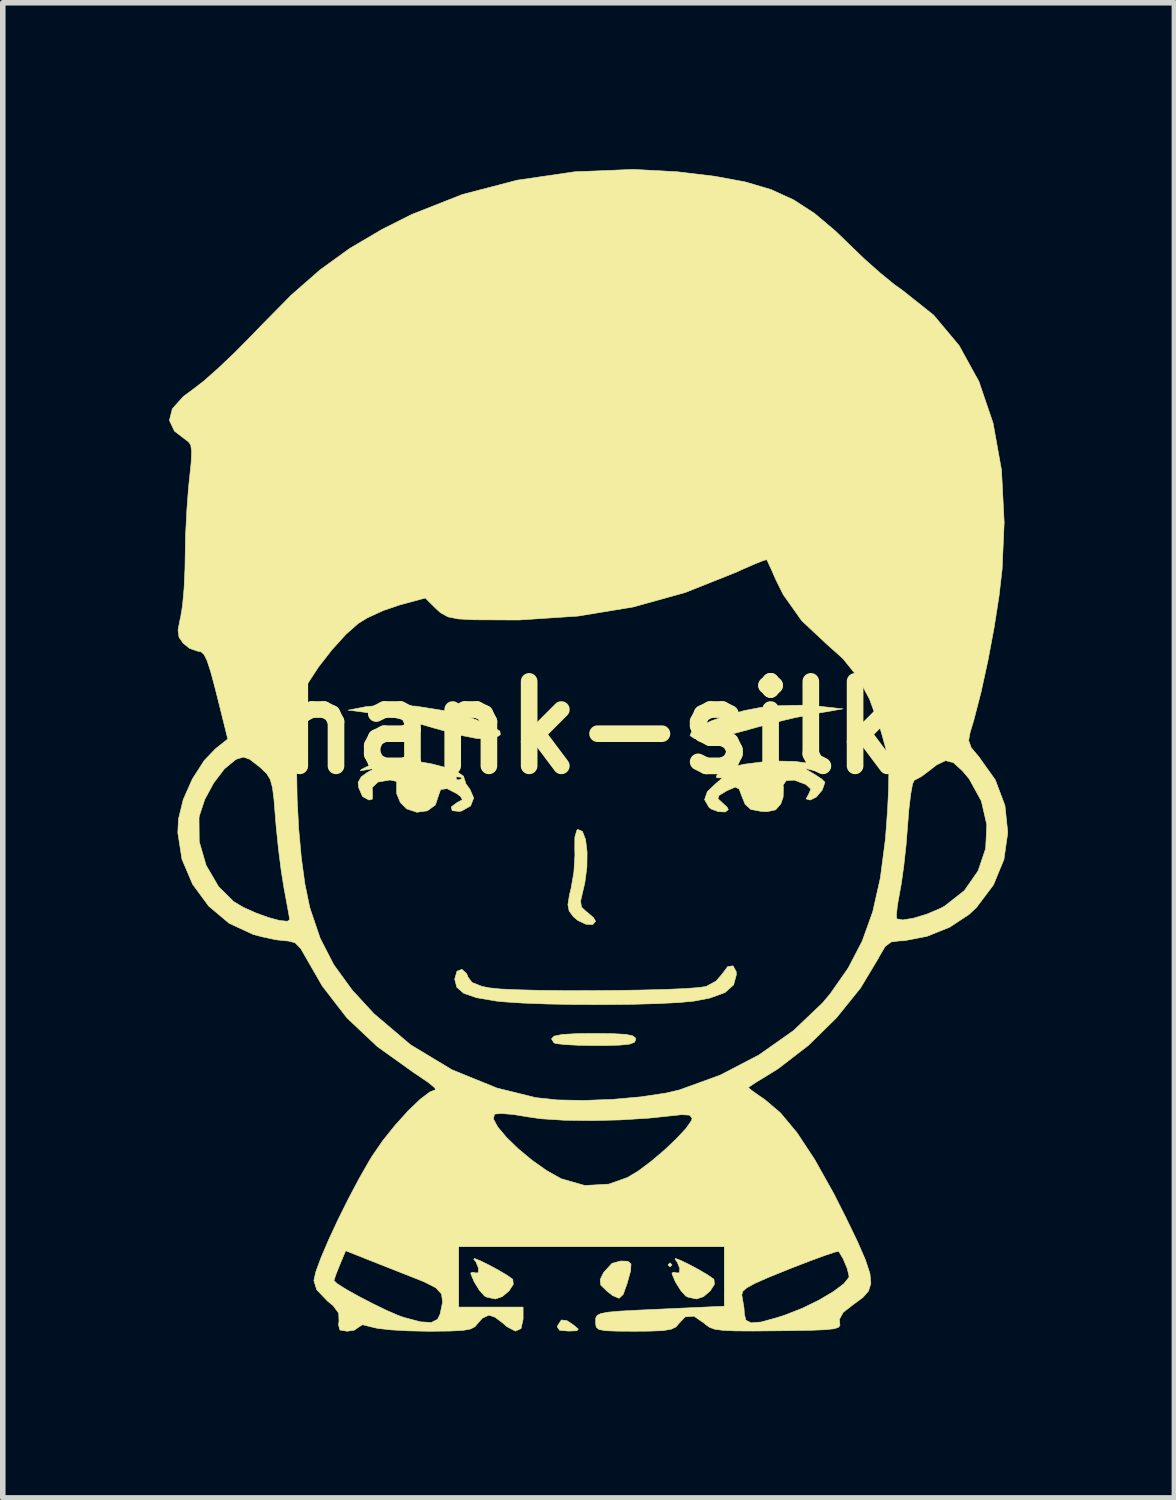
<source format=kicad_pcb>
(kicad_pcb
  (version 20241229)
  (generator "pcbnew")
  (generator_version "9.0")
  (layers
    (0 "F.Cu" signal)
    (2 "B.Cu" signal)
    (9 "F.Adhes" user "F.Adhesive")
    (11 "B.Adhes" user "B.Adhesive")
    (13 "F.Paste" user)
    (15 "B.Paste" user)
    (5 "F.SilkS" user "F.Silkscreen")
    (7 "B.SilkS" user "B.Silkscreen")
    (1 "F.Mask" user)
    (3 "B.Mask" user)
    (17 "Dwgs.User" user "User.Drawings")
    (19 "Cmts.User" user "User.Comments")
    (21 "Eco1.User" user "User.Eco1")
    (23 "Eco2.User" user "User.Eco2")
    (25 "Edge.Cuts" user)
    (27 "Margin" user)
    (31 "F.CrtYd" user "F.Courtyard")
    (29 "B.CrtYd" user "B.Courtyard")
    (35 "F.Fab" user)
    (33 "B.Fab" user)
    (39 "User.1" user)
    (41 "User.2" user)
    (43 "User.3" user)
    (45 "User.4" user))
  (footprint "hank-silk"
    (layer "F.Cu")
    (at 7.618 10.073)
    (property "Reference" "hank-silk" (at 0 0 0) (layer "F.SilkS") (effects (font (size 1.524 1.524) (thickness 0.3))))
    (attr through_hole)
    (fp_poly (pts (xy 1.451 9.688) (xy 1.415 9.725) (xy 1.379 9.688) (xy 1.415 9.652) (xy 1.451 9.688)) (stroke (width 0.01) (type solid)) (fill yes) (layer "F.SilkS"))
    (fp_poly (pts (xy -0.442 10.695) (xy -0.322 10.775) (xy -0.238 10.847) (xy -0.264 10.877) (xy -0.415 10.883) (xy -0.574 10.869) (xy -0.616 10.812) (xy -0.607 10.777) (xy -0.543 10.682) (xy -0.442 10.695)) (stroke (width 0.01) (type solid)) (fill yes) (layer "F.SilkS"))
    (fp_poly (pts (xy 0.656 9.624) (xy 0.712 9.672) (xy 0.705 9.796) (xy 0.642 10.025) (xy 0.571 10.222) (xy 0.497 10.291) (xy 0.384 10.245) (xy 0.28 10.164) (xy 0.167 10.054) (xy 0.156 9.955) (xy 0.218 9.826) (xy 0.37 9.661) (xy 0.526 9.619) (xy 0.656 9.624)) (stroke (width 0.01) (type solid)) (fill yes) (layer "F.SilkS"))
    (fp_poly (pts (xy -3.165 -0.387) (xy -2.655 -0.306) (xy -2.173 -0.179) (xy -1.786 -0.021) (xy -1.653 0.063) (xy -1.644 0.124) (xy -1.677 0.151) (xy -1.832 0.201) (xy -2.065 0.196) (xy -2.393 0.132) (xy -2.834 0.009) (xy -2.867 -0.001) (xy -3.218 -0.101) (xy -3.577 -0.188) (xy -3.882 -0.249) (xy -3.955 -0.259) (xy -4.391 -0.316) (xy -4.064 -0.379) (xy -3.652 -0.414) (xy -3.165 -0.387)) (stroke (width 0.01) (type solid)) (fill yes) (layer "F.SilkS"))
    (fp_poly (pts (xy 0.384 5.519) (xy 0.611 5.531) (xy 0.739 5.556) (xy 0.792 5.596) (xy 0.798 5.624) (xy 0.774 5.675) (xy 0.685 5.708) (xy 0.508 5.726) (xy 0.219 5.733) (xy 0.085 5.733) (xy -0.224 5.729) (xy -0.476 5.716) (xy -0.638 5.698) (xy -0.677 5.685) (xy -0.722 5.613) (xy -0.676 5.564) (xy -0.527 5.533) (xy -0.258 5.518) (xy 0.036 5.515) (xy 0.384 5.519)) (stroke (width 0.01) (type solid)) (fill yes) (layer "F.SilkS"))
    (fp_poly (pts (xy 4.064 -0.39) (xy 4.536 -0.339) (xy 3.991 -0.245) (xy 3.647 -0.175) (xy 3.245 -0.079) (xy 2.869 0.024) (xy 2.836 0.034) (xy 2.39 0.154) (xy 2.068 0.209) (xy 1.863 0.2) (xy 1.777 0.144) (xy 1.806 0.069) (xy 1.947 -0.025) (xy 2.173 -0.127) (xy 2.454 -0.225) (xy 2.761 -0.309) (xy 3.05 -0.364) (xy 3.405 -0.397) (xy 3.784 -0.405) (xy 4.064 -0.39)) (stroke (width 0.01) (type solid)) (fill yes) (layer "F.SilkS"))
    (fp_poly (pts (xy -2.012 9.612) (xy -1.857 9.688) (xy -1.684 9.781) (xy -1.528 9.873) (xy -1.424 9.946) (xy -1.42 9.95) (xy -1.411 10.039) (xy -1.487 10.158) (xy -1.609 10.261) (xy -1.735 10.304) (xy -1.888 10.271) (xy -1.93 10.25) (xy -2.022 10.148) (xy -2.117 9.993) (xy -2.174 9.857) (xy -2.177 9.834) (xy -2.131 9.82) (xy -2.105 9.833) (xy -2.043 9.832) (xy -2.038 9.749) (xy -2.085 9.635) (xy -2.123 9.587) (xy -2.112 9.573) (xy -2.012 9.612)) (stroke (width 0.01) (type solid)) (fill yes) (layer "F.SilkS"))
    (fp_poly (pts (xy 1.617 9.612) (xy 1.772 9.688) (xy 1.945 9.781) (xy 2.101 9.873) (xy 2.204 9.946) (xy 2.208 9.95) (xy 2.217 10.039) (xy 2.141 10.158) (xy 2.02 10.261) (xy 1.894 10.304) (xy 1.74 10.271) (xy 1.698 10.25) (xy 1.607 10.148) (xy 1.511 9.993) (xy 1.454 9.857) (xy 1.451 9.834) (xy 1.498 9.82) (xy 1.524 9.833) (xy 1.585 9.832) (xy 1.591 9.749) (xy 1.544 9.635) (xy 1.506 9.587) (xy 1.516 9.573) (xy 1.617 9.612)) (stroke (width 0.01) (type solid)) (fill yes) (layer "F.SilkS"))
    (fp_poly (pts (xy -0.164 1.871) (xy -0.108 2.016) (xy -0.08 2.24) (xy -0.083 2.511) (xy -0.12 2.795) (xy -0.153 2.937) (xy -0.197 3.128) (xy -0.181 3.236) (xy -0.097 3.316) (xy -0.08 3.327) (xy 0.036 3.427) (xy 0.073 3.492) (xy 0.02 3.553) (xy -0.103 3.545) (xy -0.248 3.477) (xy -0.328 3.409) (xy -0.404 3.306) (xy -0.426 3.192) (xy -0.398 3.017) (xy -0.369 2.901) (xy -0.318 2.606) (xy -0.299 2.297) (xy -0.302 2.202) (xy -0.301 1.975) (xy -0.264 1.849) (xy -0.245 1.836) (xy -0.164 1.871)) (stroke (width 0.01) (type solid)) (fill yes) (layer "F.SilkS"))
    (fp_poly (pts (xy 2.609 4.399) (xy 2.613 4.452) (xy 2.563 4.638) (xy 2.407 4.778) (xy 2.131 4.878) (xy 1.847 4.932) (xy 1.572 4.958) (xy 1.186 4.977) (xy 0.722 4.99) (xy 0.214 4.995) (xy -0.305 4.993) (xy -0.802 4.984) (xy -1.242 4.967) (xy -1.593 4.944) (xy -1.719 4.931) (xy -2.075 4.87) (xy -2.305 4.791) (xy -2.429 4.683) (xy -2.467 4.537) (xy -2.467 4.533) (xy -2.426 4.392) (xy -2.337 4.358) (xy -2.25 4.44) (xy -2.23 4.494) (xy -2.156 4.595) (xy -1.977 4.666) (xy -1.841 4.693) (xy -1.649 4.713) (xy -1.347 4.727) (xy -0.96 4.737) (xy -0.516 4.742) (xy -0.039 4.743) (xy 0.446 4.739) (xy 0.911 4.732) (xy 1.333 4.721) (xy 1.684 4.706) (xy 1.939 4.687) (xy 2.068 4.667) (xy 2.247 4.57) (xy 2.358 4.441) (xy 2.456 4.309) (xy 2.552 4.296) (xy 2.609 4.399)) (stroke (width 0.01) (type solid)) (fill yes) (layer "F.SilkS"))
    (fp_poly (pts (xy -3.154 0.605) (xy -2.88 0.654) (xy -2.623 0.721) (xy -2.421 0.798) (xy -2.31 0.874) (xy -2.299 0.907) (xy -2.265 1.012) (xy -2.193 1.111) (xy -2.125 1.268) (xy -2.181 1.412) (xy -2.343 1.503) (xy -2.384 1.511) (xy -2.514 1.497) (xy -2.528 1.428) (xy -2.421 1.348) (xy -2.413 1.345) (xy -2.329 1.3) (xy -2.361 1.243) (xy -2.427 1.192) (xy -2.604 1.1) (xy -2.721 1.116) (xy -2.758 1.219) (xy -2.816 1.395) (xy -2.961 1.5) (xy -3.149 1.526) (xy -3.334 1.465) (xy -3.447 1.353) (xy -3.515 1.187) (xy -3.514 1.063) (xy -3.513 0.971) (xy -3.628 0.945) (xy -3.639 0.945) (xy -3.851 0.981) (xy -3.955 1.078) (xy -3.95 1.185) (xy -3.951 1.288) (xy -4.012 1.306) (xy -4.13 1.242) (xy -4.2 1.08) (xy -4.209 0.985) (xy -4.157 0.895) (xy -2.443 0.895) (xy -2.433 0.938) (xy -2.395 0.943) (xy -2.335 0.917) (xy -2.346 0.895) (xy -2.433 0.886) (xy -2.443 0.895) (xy -4.157 0.895) (xy -4.151 0.885) (xy -4.046 0.809) (xy -3.934 0.749) (xy -3.956 0.741) (xy -4.064 0.761) (xy -4.169 0.778) (xy -4.153 0.755) (xy -4.028 0.692) (xy -3.828 0.631) (xy -3.56 0.593) (xy -3.411 0.587) (xy -3.154 0.605)) (stroke (width 0.01) (type solid)) (fill yes) (layer "F.SilkS"))
    (fp_poly (pts (xy 3.668 0.609) (xy 3.91 0.642) (xy 4.066 0.705) (xy 4.082 0.719) (xy 4.125 0.782) (xy 4.056 0.783) (xy 3.991 0.768) (xy 3.876 0.74) (xy 3.879 0.757) (xy 4.005 0.832) (xy 4.01 0.834) (xy 4.148 0.924) (xy 4.209 0.985) (xy 4.209 0.987) (xy 4.161 1.125) (xy 4.053 1.253) (xy 3.944 1.306) (xy 3.869 1.285) (xy 3.915 1.202) (xy 3.956 1.108) (xy 3.872 1.03) (xy 3.856 1.021) (xy 3.657 0.947) (xy 3.513 0.954) (xy 3.455 1.036) (xy 3.46 1.081) (xy 3.456 1.252) (xy 3.413 1.376) (xy 3.32 1.482) (xy 3.17 1.515) (xy 3.061 1.51) (xy 2.872 1.475) (xy 2.771 1.383) (xy 2.72 1.259) (xy 2.662 1.107) (xy 2.593 1.072) (xy 2.457 1.13) (xy 2.435 1.141) (xy 2.299 1.223) (xy 2.28 1.281) (xy 2.345 1.342) (xy 2.445 1.434) (xy 2.467 1.478) (xy 2.411 1.521) (xy 2.287 1.515) (xy 2.158 1.467) (xy 2.119 1.437) (xy 2.039 1.298) (xy 2.088 1.155) (xy 2.232 1.017) (xy 2.338 0.927) (xy 2.354 0.9) (xy 2.34 0.906) (xy 2.26 0.906) (xy 2.25 0.877) (xy 2.317 0.791) (xy 2.495 0.718) (xy 2.753 0.66) (xy 3.056 0.621) (xy 3.372 0.603) (xy 3.668 0.609)) (stroke (width 0.01) (type solid)) (fill yes) (layer "F.SilkS"))
    (fp_poly (pts (xy 1.547 -10.025) (xy 2.216 -9.945) (xy 2.77 -9.843) (xy 3.236 -9.705) (xy 3.643 -9.52) (xy 4.02 -9.276) (xy 4.394 -8.961) (xy 4.629 -8.734) (xy 4.91 -8.463) (xy 5.2 -8.205) (xy 5.459 -7.993) (xy 5.609 -7.886) (xy 6.17 -7.44) (xy 6.629 -6.892) (xy 6.987 -6.242) (xy 7.242 -5.492) (xy 7.394 -4.644) (xy 7.442 -3.699) (xy 7.405 -2.857) (xy 7.349 -2.37) (xy 7.261 -1.806) (xy 7.15 -1.213) (xy 7.025 -0.64) (xy 6.895 -0.137) (xy 6.827 0.09) (xy 6.801 0.234) (xy 6.849 0.363) (xy 6.985 0.525) (xy 7.282 0.941) (xy 7.456 1.404) (xy 7.507 1.891) (xy 7.438 2.377) (xy 7.249 2.836) (xy 6.942 3.244) (xy 6.81 3.368) (xy 6.461 3.598) (xy 6.049 3.764) (xy 5.639 3.843) (xy 5.553 3.846) (xy 5.402 3.866) (xy 5.295 3.948) (xy 5.189 4.128) (xy 5.176 4.155) (xy 4.851 4.696) (xy 4.418 5.233) (xy 3.912 5.73) (xy 3.368 6.149) (xy 3.157 6.281) (xy 2.973 6.392) (xy 2.855 6.471) (xy 2.83 6.492) (xy 2.885 6.54) (xy 3.024 6.639) (xy 3.122 6.705) (xy 3.407 6.947) (xy 3.708 7.308) (xy 4.028 7.794) (xy 4.373 8.411) (xy 4.588 8.837) (xy 4.798 9.272) (xy 4.941 9.601) (xy 5.021 9.844) (xy 5.038 10.024) (xy 4.996 10.16) (xy 4.895 10.276) (xy 4.737 10.392) (xy 4.724 10.401) (xy 4.538 10.547) (xy 4.471 10.67) (xy 4.475 10.727) (xy 4.481 10.779) (xy 4.453 10.816) (xy 4.373 10.841) (xy 4.219 10.858) (xy 3.972 10.868) (xy 3.612 10.875) (xy 3.347 10.878) (xy 2.908 10.882) (xy 2.59 10.88) (xy 2.371 10.87) (xy 2.225 10.85) (xy 2.13 10.816) (xy 2.061 10.768) (xy 2.035 10.743) (xy 1.848 10.614) (xy 1.688 10.627) (xy 1.58 10.741) (xy 1.523 10.808) (xy 1.433 10.851) (xy 1.281 10.875) (xy 1.036 10.884) (xy 0.781 10.886) (xy 0.456 10.884) (xy 0.25 10.876) (xy 0.135 10.854) (xy 0.085 10.812) (xy 0.073 10.743) (xy 0.073 10.713) (xy 0.076 10.648) (xy 0.101 10.6) (xy 0.167 10.567) (xy 0.296 10.542) (xy 0.509 10.523) (xy 0.827 10.506) (xy 1.234 10.487) (xy 2.395 10.434) (xy 2.395 10.232) (xy 2.71 10.232) (xy 2.716 10.265) (xy 2.75 10.466) (xy 2.757 10.577) (xy 2.784 10.687) (xy 2.879 10.734) (xy 3.059 10.719) (xy 3.343 10.641) (xy 3.486 10.595) (xy 3.798 10.473) (xy 4.099 10.326) (xy 4.36 10.172) (xy 4.55 10.03) (xy 4.641 9.916) (xy 4.645 9.895) (xy 4.612 9.755) (xy 4.537 9.576) (xy 4.457 9.444) (xy 4.385 9.46) (xy 4.205 9.52) (xy 3.941 9.617) (xy 3.62 9.741) (xy 3.555 9.767) (xy 3.194 9.913) (xy 2.949 10.021) (xy 2.8 10.102) (xy 2.727 10.168) (xy 2.71 10.232) (xy 2.395 10.232) (xy 2.395 9.362) (xy -2.395 9.362) (xy -2.395 10.45) (xy -1.234 10.45) (xy -1.234 10.668) (xy -1.271 10.838) (xy -1.374 10.883) (xy -1.53 10.801) (xy -1.597 10.741) (xy -1.74 10.633) (xy -1.85 10.595) (xy -1.97 10.651) (xy -2.049 10.741) (xy -2.102 10.804) (xy -2.183 10.846) (xy -2.322 10.871) (xy -2.546 10.882) (xy -2.882 10.886) (xy -2.952 10.886) (xy -3.302 10.879) (xy -3.617 10.861) (xy -3.857 10.834) (xy -3.967 10.809) (xy -4.13 10.768) (xy -4.196 10.809) (xy -4.279 10.867) (xy -4.405 10.886) (xy -4.537 10.864) (xy -4.564 10.77) (xy -4.554 10.705) (xy -4.56 10.56) (xy -4.659 10.426) (xy -4.764 10.339) (xy -4.956 10.138) (xy -5.007 9.973) (xy -4.645 9.973) (xy -4.584 10.03) (xy -4.426 10.13) (xy -4.202 10.255) (xy -3.948 10.387) (xy -3.697 10.509) (xy -3.482 10.602) (xy -3.387 10.636) (xy -3.085 10.716) (xy -2.889 10.728) (xy -2.776 10.67) (xy -2.731 10.577) (xy -2.686 10.362) (xy -2.705 10.214) (xy -2.808 10.102) (xy -3.018 9.995) (xy -3.175 9.932) (xy -3.492 9.807) (xy -3.822 9.677) (xy -4.049 9.587) (xy -4.434 9.434) (xy -4.539 9.686) (xy -4.608 9.858) (xy -4.643 9.964) (xy -4.645 9.973) (xy -5.007 9.973) (xy -5.007 9.971) (xy -4.974 9.819) (xy -4.882 9.568) (xy -4.745 9.246) (xy -4.575 8.88) (xy -4.385 8.498) (xy -4.189 8.128) (xy -4 7.798) (xy -3.955 7.725) (xy -3.764 7.447) (xy -3.54 7.168) (xy -3.439 7.057) (xy -1.77 7.057) (xy -1.691 7.202) (xy -1.535 7.388) (xy -1.322 7.595) (xy -1.075 7.8) (xy -0.814 7.985) (xy -0.561 8.128) (xy -0.544 8.136) (xy -0.121 8.257) (xy 0.309 8.233) (xy 0.648 8.113) (xy 0.844 7.995) (xy 1.076 7.821) (xy 1.317 7.617) (xy 1.537 7.408) (xy 1.709 7.222) (xy 1.804 7.084) (xy 1.814 7.046) (xy 1.771 6.989) (xy 1.625 6.98) (xy 1.506 6.993) (xy 1.029 7.043) (xy 0.51 7.075) (xy -0.012 7.087) (xy -0.497 7.08) (xy -0.908 7.054) (xy -1.14 7.021) (xy -1.407 6.977) (xy -1.623 6.959) (xy -1.745 6.969) (xy -1.75 6.972) (xy -1.77 7.057) (xy -3.439 7.057) (xy -3.308 6.911) (xy -3.091 6.703) (xy -2.914 6.569) (xy -2.815 6.531) (xy -2.826 6.496) (xy -2.938 6.403) (xy -3.13 6.272) (xy -3.191 6.232) (xy -3.864 5.751) (xy -4.412 5.234) (xy -4.855 4.661) (xy -5.125 4.192) (xy -5.244 3.984) (xy -5.348 3.879) (xy -5.474 3.847) (xy -5.503 3.846) (xy -5.689 3.826) (xy -5.942 3.772) (xy -6.101 3.73) (xy -6.534 3.53) (xy -6.904 3.219) (xy -7.194 2.825) (xy -7.386 2.375) (xy -7.461 1.896) (xy -7.45 1.654) (xy -7.444 1.627) (xy -7.079 1.627) (xy -7.075 2.054) (xy -6.951 2.482) (xy -6.727 2.866) (xy -6.455 3.136) (xy -6.281 3.24) (xy -6.06 3.339) (xy -5.83 3.423) (xy -5.626 3.478) (xy -5.485 3.492) (xy -5.443 3.465) (xy -5.455 3.391) (xy -5.488 3.209) (xy -5.534 2.958) (xy -5.545 2.903) (xy -5.597 2.575) (xy -5.648 2.172) (xy -5.689 1.765) (xy -5.7 1.633) (xy -5.726 1.301) (xy -5.754 1.08) (xy -5.794 0.935) (xy -5.858 0.831) (xy -5.928 0.763) (xy -5.318 0.763) (xy -5.309 1.291) (xy -5.281 1.827) (xy -5.234 2.344) (xy -5.17 2.815) (xy -5.088 3.213) (xy -5.075 3.265) (xy -4.893 3.8) (xy -4.649 4.275) (xy -4.318 4.731) (xy -3.924 5.159) (xy -3.263 5.72) (xy -2.517 6.17) (xy -1.705 6.5) (xy -1.007 6.672) (xy -0.621 6.714) (xy -0.144 6.723) (xy 0.375 6.704) (xy 0.886 6.659) (xy 1.339 6.591) (xy 1.584 6.534) (xy 2.322 6.266) (xy 3.019 5.903) (xy 3.643 5.463) (xy 4.166 4.965) (xy 4.306 4.798) (xy 4.628 4.337) (xy 4.881 3.852) (xy 5.052 3.375) (xy 5.498 3.375) (xy 5.504 3.448) (xy 5.613 3.468) (xy 5.808 3.436) (xy 6.048 3.363) (xy 6.289 3.261) (xy 6.37 3.217) (xy 6.725 2.938) (xy 6.972 2.583) (xy 7.108 2.18) (xy 7.129 1.752) (xy 7.031 1.325) (xy 6.812 0.926) (xy 6.69 0.78) (xy 6.525 0.63) (xy 6.384 0.595) (xy 6.222 0.673) (xy 6.109 0.762) (xy 5.953 0.879) (xy 5.839 0.941) (xy 5.824 0.943) (xy 5.791 1.011) (xy 5.757 1.194) (xy 5.725 1.463) (xy 5.704 1.724) (xy 5.674 2.106) (xy 5.632 2.49) (xy 5.586 2.82) (xy 5.561 2.957) (xy 5.518 3.197) (xy 5.498 3.375) (xy 5.052 3.375) (xy 5.072 3.319) (xy 5.209 2.711) (xy 5.301 2.004) (xy 5.339 1.486) (xy 5.358 1.102) (xy 5.362 0.818) (xy 5.346 0.59) (xy 5.306 0.374) (xy 5.238 0.126) (xy 5.2 -0.002) (xy 5.015 -0.511) (xy 4.801 -0.914) (xy 4.532 -1.247) (xy 4.245 -1.503) (xy 3.793 -1.926) (xy 3.459 -2.397) (xy 3.324 -2.668) (xy 3.237 -2.866) (xy 3.175 -2.999) (xy 3.159 -3.03) (xy 3.091 -3.011) (xy 2.923 -2.943) (xy 2.689 -2.84) (xy 2.606 -2.802) (xy 1.693 -2.438) (xy 0.752 -2.176) (xy -0.243 -2.012) (xy -1.313 -1.941) (xy -2.126 -1.945) (xy -2.407 -1.961) (xy -2.589 -1.998) (xy -2.722 -2.071) (xy -2.808 -2.149) (xy -2.998 -2.338) (xy -3.459 -2.213) (xy -3.756 -2.112) (xy -4.043 -1.98) (xy -4.205 -1.881) (xy -4.428 -1.684) (xy -4.681 -1.405) (xy -4.925 -1.092) (xy -5.121 -0.791) (xy -5.157 -0.726) (xy -5.228 -0.501) (xy -5.279 -0.16) (xy -5.309 0.27) (xy -5.318 0.763) (xy -5.928 0.763) (xy -5.956 0.735) (xy -6.001 0.697) (xy -6.164 0.571) (xy -6.276 0.531) (xy -6.39 0.564) (xy -6.428 0.584) (xy -6.622 0.745) (xy -6.815 0.999) (xy -6.975 1.295) (xy -7.071 1.585) (xy -7.079 1.627) (xy -7.444 1.627) (xy -7.363 1.296) (xy -7.198 0.924) (xy -6.985 0.593) (xy -6.783 0.382) (xy -6.56 0.205) (xy -6.689 -0.315) (xy -6.792 -0.725) (xy -6.87 -1.015) (xy -6.932 -1.204) (xy -6.985 -1.314) (xy -7.038 -1.365) (xy -7.098 -1.379) (xy -7.104 -1.379) (xy -7.25 -1.43) (xy -7.364 -1.522) (xy -7.44 -1.631) (xy -7.457 -1.759) (xy -7.419 -1.96) (xy -7.411 -1.989) (xy -7.376 -2.204) (xy -7.348 -2.514) (xy -7.332 -2.868) (xy -7.329 -3.062) (xy -7.321 -3.475) (xy -7.298 -3.927) (xy -7.267 -4.338) (xy -7.254 -4.459) (xy -7.221 -4.776) (xy -7.212 -4.978) (xy -7.227 -5.095) (xy -7.269 -5.156) (xy -7.287 -5.168) (xy -7.522 -5.348) (xy -7.613 -5.542) (xy -7.56 -5.751) (xy -7.363 -5.971) (xy -7.185 -6.103) (xy -6.995 -6.249) (xy -6.737 -6.477) (xy -6.437 -6.762) (xy -6.124 -7.078) (xy -5.962 -7.247) (xy -5.416 -7.801) (xy -4.897 -8.255) (xy -4.364 -8.641) (xy -3.777 -8.987) (xy -3.242 -9.256) (xy -2.332 -9.615) (xy -1.343 -9.873) (xy -0.303 -10.025) (xy 0.758 -10.068) (xy 1.547 -10.025)) (stroke (width 0.01) (type solid)) (fill yes) (layer "F.SilkS")))
  (gr_rect
    (start -3 -3)
    (end 18.13 23.964)
    (stroke (width 0.1) (type default))
    (fill no)
    (layer "Edge.Cuts")))
</source>
